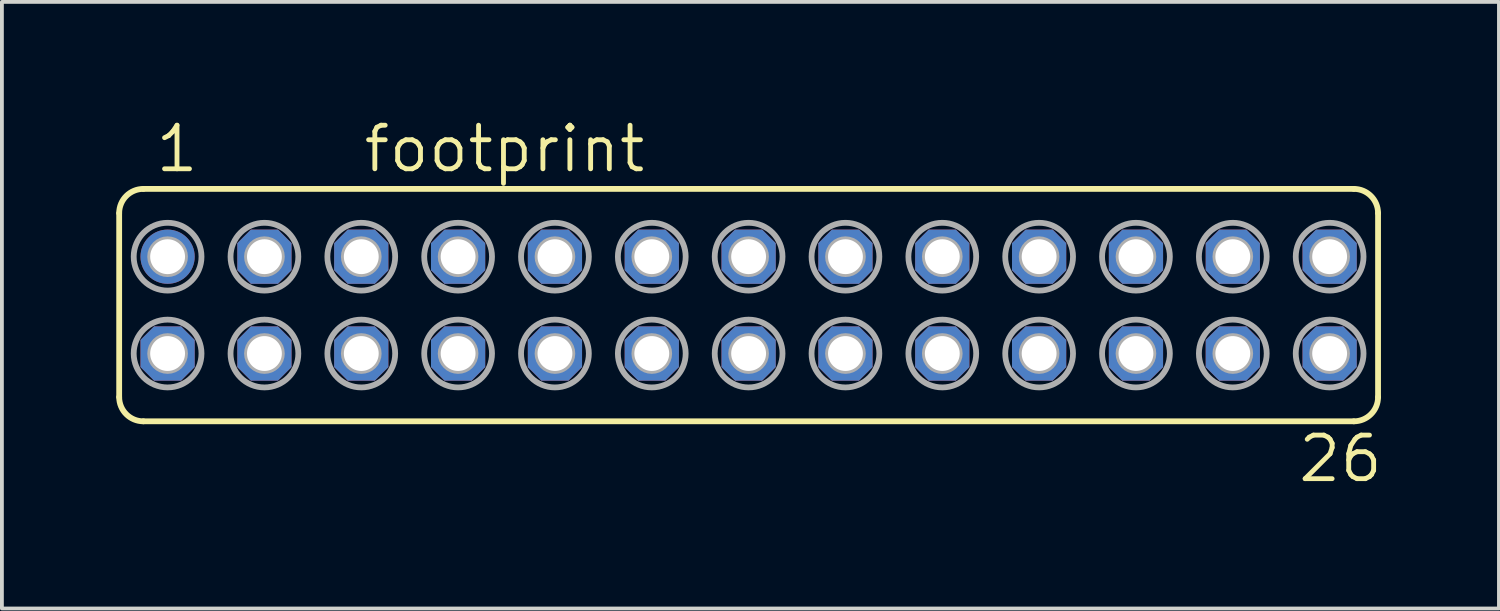
<source format=kicad_pcb>
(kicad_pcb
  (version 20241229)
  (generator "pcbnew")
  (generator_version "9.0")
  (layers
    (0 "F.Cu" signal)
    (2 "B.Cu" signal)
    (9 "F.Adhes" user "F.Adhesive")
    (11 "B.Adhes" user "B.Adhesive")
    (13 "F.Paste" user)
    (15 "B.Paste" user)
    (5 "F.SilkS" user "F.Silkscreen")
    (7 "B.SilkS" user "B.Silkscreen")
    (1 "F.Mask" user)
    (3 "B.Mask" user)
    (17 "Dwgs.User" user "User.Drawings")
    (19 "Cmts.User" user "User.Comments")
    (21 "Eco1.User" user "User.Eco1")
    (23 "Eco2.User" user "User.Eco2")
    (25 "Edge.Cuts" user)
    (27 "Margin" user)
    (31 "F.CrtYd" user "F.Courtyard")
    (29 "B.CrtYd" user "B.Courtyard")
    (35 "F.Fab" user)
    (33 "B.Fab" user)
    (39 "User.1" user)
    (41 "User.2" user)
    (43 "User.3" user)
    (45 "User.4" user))
  (footprint "footprint"
    (layer "F.Cu")
    (at 16.586 4.953)
    (property "Reference" "footprint" (at -10.16 -3.429 0) (layer "F.SilkS") (effects (font (size 1.143 1.143) (thickness 0.127)) (justify left bottom)))
    (fp_line (start -16.51 2.413) (end -16.51 -2.413) (stroke (width 0.152) (type solid)) (layer "F.SilkS"))
    (fp_line (start -15.875 -3.048) (end 15.875 -3.048) (stroke (width 0.152) (type solid)) (layer "F.SilkS"))
    (fp_line (start -15.875 3.048) (end 15.875 3.048) (stroke (width 0.152) (type solid)) (layer "F.SilkS"))
    (fp_line (start 16.51 2.413) (end 16.51 -2.413) (stroke (width 0.152) (type solid)) (layer "F.SilkS"))
    (fp_arc (start -16.51 -2.413) (mid -16.324013 -2.862013) (end -15.875 -3.048) (stroke (width 0.1524) (type solid)) (layer "F.SilkS"))
    (fp_arc (start -15.875 3.048) (mid -16.324013 2.862013) (end -16.51 2.413) (stroke (width 0.1524) (type solid)) (layer "F.SilkS"))
    (fp_arc (start 15.875 -3.048) (mid 16.324013 -2.862013) (end 16.51 -2.413) (stroke (width 0.1524) (type solid)) (layer "F.SilkS"))
    (fp_arc (start 16.51 2.413) (mid 16.324013 2.862013) (end 15.875 3.048) (stroke (width 0.1524) (type solid)) (layer "F.SilkS"))
    (fp_circle (center -15.24 -1.27) (end -15.113 -1.27) (stroke (width 0.406) (type solid)) (fill no) (layer "F.Fab"))
    (fp_circle (center -15.24 -1.27) (end -14.351 -1.27) (stroke (width 0.152) (type solid)) (fill no) (layer "F.Fab"))
    (fp_circle (center -15.24 1.27) (end -15.113 1.27) (stroke (width 0.406) (type solid)) (fill no) (layer "F.Fab"))
    (fp_circle (center -15.24 1.27) (end -14.351 1.27) (stroke (width 0.152) (type solid)) (fill no) (layer "F.Fab"))
    (fp_circle (center -12.7 -1.27) (end -12.573 -1.27) (stroke (width 0.406) (type solid)) (fill no) (layer "F.Fab"))
    (fp_circle (center -12.7 -1.27) (end -11.811 -1.27) (stroke (width 0.152) (type solid)) (fill no) (layer "F.Fab"))
    (fp_circle (center -12.7 1.27) (end -12.573 1.27) (stroke (width 0.406) (type solid)) (fill no) (layer "F.Fab"))
    (fp_circle (center -12.7 1.27) (end -11.811 1.27) (stroke (width 0.152) (type solid)) (fill no) (layer "F.Fab"))
    (fp_circle (center -10.16 -1.27) (end -10.033 -1.27) (stroke (width 0.406) (type solid)) (fill no) (layer "F.Fab"))
    (fp_circle (center -10.16 -1.27) (end -9.271 -1.27) (stroke (width 0.152) (type solid)) (fill no) (layer "F.Fab"))
    (fp_circle (center -10.16 1.27) (end -10.033 1.27) (stroke (width 0.406) (type solid)) (fill no) (layer "F.Fab"))
    (fp_circle (center -10.16 1.27) (end -9.271 1.27) (stroke (width 0.152) (type solid)) (fill no) (layer "F.Fab"))
    (fp_circle (center -7.62 -1.27) (end -7.493 -1.27) (stroke (width 0.406) (type solid)) (fill no) (layer "F.Fab"))
    (fp_circle (center -7.62 -1.27) (end -6.731 -1.27) (stroke (width 0.152) (type solid)) (fill no) (layer "F.Fab"))
    (fp_circle (center -7.62 1.27) (end -7.493 1.27) (stroke (width 0.406) (type solid)) (fill no) (layer "F.Fab"))
    (fp_circle (center -7.62 1.27) (end -6.731 1.27) (stroke (width 0.152) (type solid)) (fill no) (layer "F.Fab"))
    (fp_circle (center -5.08 -1.27) (end -4.953 -1.27) (stroke (width 0.406) (type solid)) (fill no) (layer "F.Fab"))
    (fp_circle (center -5.08 -1.27) (end -4.191 -1.27) (stroke (width 0.152) (type solid)) (fill no) (layer "F.Fab"))
    (fp_circle (center -5.08 1.27) (end -4.953 1.27) (stroke (width 0.406) (type solid)) (fill no) (layer "F.Fab"))
    (fp_circle (center -5.08 1.27) (end -4.191 1.27) (stroke (width 0.152) (type solid)) (fill no) (layer "F.Fab"))
    (fp_circle (center -2.54 -1.27) (end -2.413 -1.27) (stroke (width 0.406) (type solid)) (fill no) (layer "F.Fab"))
    (fp_circle (center -2.54 -1.27) (end -1.651 -1.27) (stroke (width 0.152) (type solid)) (fill no) (layer "F.Fab"))
    (fp_circle (center -2.54 1.27) (end -2.413 1.27) (stroke (width 0.406) (type solid)) (fill no) (layer "F.Fab"))
    (fp_circle (center -2.54 1.27) (end -1.651 1.27) (stroke (width 0.152) (type solid)) (fill no) (layer "F.Fab"))
    (fp_circle (center 0 -1.27) (end 0.127 -1.27) (stroke (width 0.406) (type solid)) (fill no) (layer "F.Fab"))
    (fp_circle (center 0 -1.27) (end 0.889 -1.27) (stroke (width 0.152) (type solid)) (fill no) (layer "F.Fab"))
    (fp_circle (center 0 1.27) (end 0.127 1.27) (stroke (width 0.406) (type solid)) (fill no) (layer "F.Fab"))
    (fp_circle (center 0 1.27) (end 0.889 1.27) (stroke (width 0.152) (type solid)) (fill no) (layer "F.Fab"))
    (fp_circle (center 2.54 -1.27) (end 2.667 -1.27) (stroke (width 0.406) (type solid)) (fill no) (layer "F.Fab"))
    (fp_circle (center 2.54 -1.27) (end 3.429 -1.27) (stroke (width 0.152) (type solid)) (fill no) (layer "F.Fab"))
    (fp_circle (center 2.54 1.27) (end 2.667 1.27) (stroke (width 0.406) (type solid)) (fill no) (layer "F.Fab"))
    (fp_circle (center 2.54 1.27) (end 3.429 1.27) (stroke (width 0.152) (type solid)) (fill no) (layer "F.Fab"))
    (fp_circle (center 5.08 -1.27) (end 5.207 -1.27) (stroke (width 0.406) (type solid)) (fill no) (layer "F.Fab"))
    (fp_circle (center 5.08 -1.27) (end 5.969 -1.27) (stroke (width 0.152) (type solid)) (fill no) (layer "F.Fab"))
    (fp_circle (center 5.08 1.27) (end 5.207 1.27) (stroke (width 0.406) (type solid)) (fill no) (layer "F.Fab"))
    (fp_circle (center 5.08 1.27) (end 5.969 1.27) (stroke (width 0.152) (type solid)) (fill no) (layer "F.Fab"))
    (fp_circle (center 7.62 -1.27) (end 7.747 -1.27) (stroke (width 0.406) (type solid)) (fill no) (layer "F.Fab"))
    (fp_circle (center 7.62 -1.27) (end 8.509 -1.27) (stroke (width 0.152) (type solid)) (fill no) (layer "F.Fab"))
    (fp_circle (center 7.62 1.27) (end 7.747 1.27) (stroke (width 0.406) (type solid)) (fill no) (layer "F.Fab"))
    (fp_circle (center 7.62 1.27) (end 8.509 1.27) (stroke (width 0.152) (type solid)) (fill no) (layer "F.Fab"))
    (fp_circle (center 10.16 -1.27) (end 10.287 -1.27) (stroke (width 0.406) (type solid)) (fill no) (layer "F.Fab"))
    (fp_circle (center 10.16 -1.27) (end 11.049 -1.27) (stroke (width 0.152) (type solid)) (fill no) (layer "F.Fab"))
    (fp_circle (center 10.16 1.27) (end 10.287 1.27) (stroke (width 0.406) (type solid)) (fill no) (layer "F.Fab"))
    (fp_circle (center 10.16 1.27) (end 11.049 1.27) (stroke (width 0.152) (type solid)) (fill no) (layer "F.Fab"))
    (fp_circle (center 12.7 -1.27) (end 12.827 -1.27) (stroke (width 0.406) (type solid)) (fill no) (layer "F.Fab"))
    (fp_circle (center 12.7 -1.27) (end 13.589 -1.27) (stroke (width 0.152) (type solid)) (fill no) (layer "F.Fab"))
    (fp_circle (center 12.7 1.27) (end 12.827 1.27) (stroke (width 0.406) (type solid)) (fill no) (layer "F.Fab"))
    (fp_circle (center 12.7 1.27) (end 13.589 1.27) (stroke (width 0.152) (type solid)) (fill no) (layer "F.Fab"))
    (fp_circle (center 15.24 -1.27) (end 15.367 -1.27) (stroke (width 0.406) (type solid)) (fill no) (layer "F.Fab"))
    (fp_circle (center 15.24 -1.27) (end 16.129 -1.27) (stroke (width 0.152) (type solid)) (fill no) (layer "F.Fab"))
    (fp_circle (center 15.24 1.27) (end 15.367 1.27) (stroke (width 0.406) (type solid)) (fill no) (layer "F.Fab"))
    (fp_circle (center 15.24 1.27) (end 16.129 1.27) (stroke (width 0.152) (type solid)) (fill no) (layer "F.Fab"))
    (fp_text user "26" (at 14.351 4.699 0) (layer "F.SilkS") (effects (font (size 1.143 1.143) (thickness 0.127)) (justify left bottom)))
    (fp_text user "1" (at -15.621 -3.429 0) (layer "F.SilkS") (effects (font (size 1.143 1.143) (thickness 0.127)) (justify left bottom)))
    (pad "1" thru_hole circle (at -15.24 -1.27) (size 1.422 1.422) (drill 0.914) (layers "*.Cu" "*.Mask"))
    (pad "2" thru_hole roundrect (at -15.24 1.27) (size 1.422 1.422) (drill 0.914) (layers "*.Cu" "*.Mask") (roundrect_rratio 0.25) (chamfer_ratio 0.25) (chamfer top_left top_right bottom_left bottom_right))
    (pad "3" thru_hole roundrect (at -12.7 -1.27) (size 1.422 1.422) (drill 0.914) (layers "*.Cu" "*.Mask") (roundrect_rratio 0.25) (chamfer_ratio 0.25) (chamfer top_left top_right bottom_left bottom_right))
    (pad "4" thru_hole roundrect (at -12.7 1.27) (size 1.422 1.422) (drill 0.914) (layers "*.Cu" "*.Mask") (roundrect_rratio 0.25) (chamfer_ratio 0.25) (chamfer top_left top_right bottom_left bottom_right))
    (pad "5" thru_hole roundrect (at -10.16 -1.27) (size 1.422 1.422) (drill 0.914) (layers "*.Cu" "*.Mask") (roundrect_rratio 0.25) (chamfer_ratio 0.25) (chamfer top_left top_right bottom_left bottom_right))
    (pad "6" thru_hole roundrect (at -10.16 1.27) (size 1.422 1.422) (drill 0.914) (layers "*.Cu" "*.Mask") (roundrect_rratio 0.25) (chamfer_ratio 0.25) (chamfer top_left top_right bottom_left bottom_right))
    (pad "7" thru_hole roundrect (at -7.62 -1.27) (size 1.422 1.422) (drill 0.914) (layers "*.Cu" "*.Mask") (roundrect_rratio 0.25) (chamfer_ratio 0.25) (chamfer top_left top_right bottom_left bottom_right))
    (pad "8" thru_hole roundrect (at -7.62 1.27) (size 1.422 1.422) (drill 0.914) (layers "*.Cu" "*.Mask") (roundrect_rratio 0.25) (chamfer_ratio 0.25) (chamfer top_left top_right bottom_left bottom_right))
    (pad "9" thru_hole roundrect (at -5.08 -1.27) (size 1.422 1.422) (drill 0.914) (layers "*.Cu" "*.Mask") (roundrect_rratio 0.25) (chamfer_ratio 0.25) (chamfer top_left top_right bottom_left bottom_right))
    (pad "10" thru_hole roundrect (at -5.08 1.27) (size 1.422 1.422) (drill 0.914) (layers "*.Cu" "*.Mask") (roundrect_rratio 0.25) (chamfer_ratio 0.25) (chamfer top_left top_right bottom_left bottom_right))
    (pad "11" thru_hole roundrect (at -2.54 -1.27) (size 1.422 1.422) (drill 0.914) (layers "*.Cu" "*.Mask") (roundrect_rratio 0.25) (chamfer_ratio 0.25) (chamfer top_left top_right bottom_left bottom_right))
    (pad "12" thru_hole roundrect (at -2.54 1.27) (size 1.422 1.422) (drill 0.914) (layers "*.Cu" "*.Mask") (roundrect_rratio 0.25) (chamfer_ratio 0.25) (chamfer top_left top_right bottom_left bottom_right))
    (pad "13" thru_hole roundrect (at 0 -1.27) (size 1.422 1.422) (drill 0.914) (layers "*.Cu" "*.Mask") (roundrect_rratio 0.25) (chamfer_ratio 0.25) (chamfer top_left top_right bottom_left bottom_right))
    (pad "14" thru_hole roundrect (at 0 1.27) (size 1.422 1.422) (drill 0.914) (layers "*.Cu" "*.Mask") (roundrect_rratio 0.25) (chamfer_ratio 0.25) (chamfer top_left top_right bottom_left bottom_right))
    (pad "15" thru_hole roundrect (at 2.54 -1.27) (size 1.422 1.422) (drill 0.914) (layers "*.Cu" "*.Mask") (roundrect_rratio 0.25) (chamfer_ratio 0.25) (chamfer top_left top_right bottom_left bottom_right))
    (pad "16" thru_hole roundrect (at 2.54 1.27) (size 1.422 1.422) (drill 0.914) (layers "*.Cu" "*.Mask") (roundrect_rratio 0.25) (chamfer_ratio 0.25) (chamfer top_left top_right bottom_left bottom_right))
    (pad "17" thru_hole roundrect (at 5.08 -1.27) (size 1.422 1.422) (drill 0.914) (layers "*.Cu" "*.Mask") (roundrect_rratio 0.25) (chamfer_ratio 0.25) (chamfer top_left top_right bottom_left bottom_right))
    (pad "18" thru_hole roundrect (at 5.08 1.27) (size 1.422 1.422) (drill 0.914) (layers "*.Cu" "*.Mask") (roundrect_rratio 0.25) (chamfer_ratio 0.25) (chamfer top_left top_right bottom_left bottom_right))
    (pad "19" thru_hole roundrect (at 7.62 -1.27) (size 1.422 1.422) (drill 0.914) (layers "*.Cu" "*.Mask") (roundrect_rratio 0.25) (chamfer_ratio 0.25) (chamfer top_left top_right bottom_left bottom_right))
    (pad "20" thru_hole roundrect (at 7.62 1.27) (size 1.422 1.422) (drill 0.914) (layers "*.Cu" "*.Mask") (roundrect_rratio 0.25) (chamfer_ratio 0.25) (chamfer top_left top_right bottom_left bottom_right))
    (pad "21" thru_hole roundrect (at 10.16 -1.27) (size 1.422 1.422) (drill 0.914) (layers "*.Cu" "*.Mask") (roundrect_rratio 0.25) (chamfer_ratio 0.25) (chamfer top_left top_right bottom_left bottom_right))
    (pad "22" thru_hole roundrect (at 10.16 1.27) (size 1.422 1.422) (drill 0.914) (layers "*.Cu" "*.Mask") (roundrect_rratio 0.25) (chamfer_ratio 0.25) (chamfer top_left top_right bottom_left bottom_right))
    (pad "23" thru_hole roundrect (at 12.7 -1.27) (size 1.422 1.422) (drill 0.914) (layers "*.Cu" "*.Mask") (roundrect_rratio 0.25) (chamfer_ratio 0.25) (chamfer top_left top_right bottom_left bottom_right))
    (pad "24" thru_hole roundrect (at 12.7 1.27) (size 1.422 1.422) (drill 0.914) (layers "*.Cu" "*.Mask") (roundrect_rratio 0.25) (chamfer_ratio 0.25) (chamfer top_left top_right bottom_left bottom_right))
    (pad "25" thru_hole roundrect (at 15.24 -1.27) (size 1.422 1.422) (drill 0.914) (layers "*.Cu" "*.Mask") (roundrect_rratio 0.25) (chamfer_ratio 0.25) (chamfer top_left top_right bottom_left bottom_right))
    (pad "26" thru_hole roundrect (at 15.24 1.27) (size 1.422 1.422) (drill 0.914) (layers "*.Cu" "*.Mask") (roundrect_rratio 0.25) (chamfer_ratio 0.25) (chamfer top_left top_right bottom_left bottom_right)))
  (gr_rect
    (start -3 -3)
    (end 36.267 12.911)
    (stroke (width 0.1) (type default))
    (fill no)
    (layer "Edge.Cuts")))
</source>
